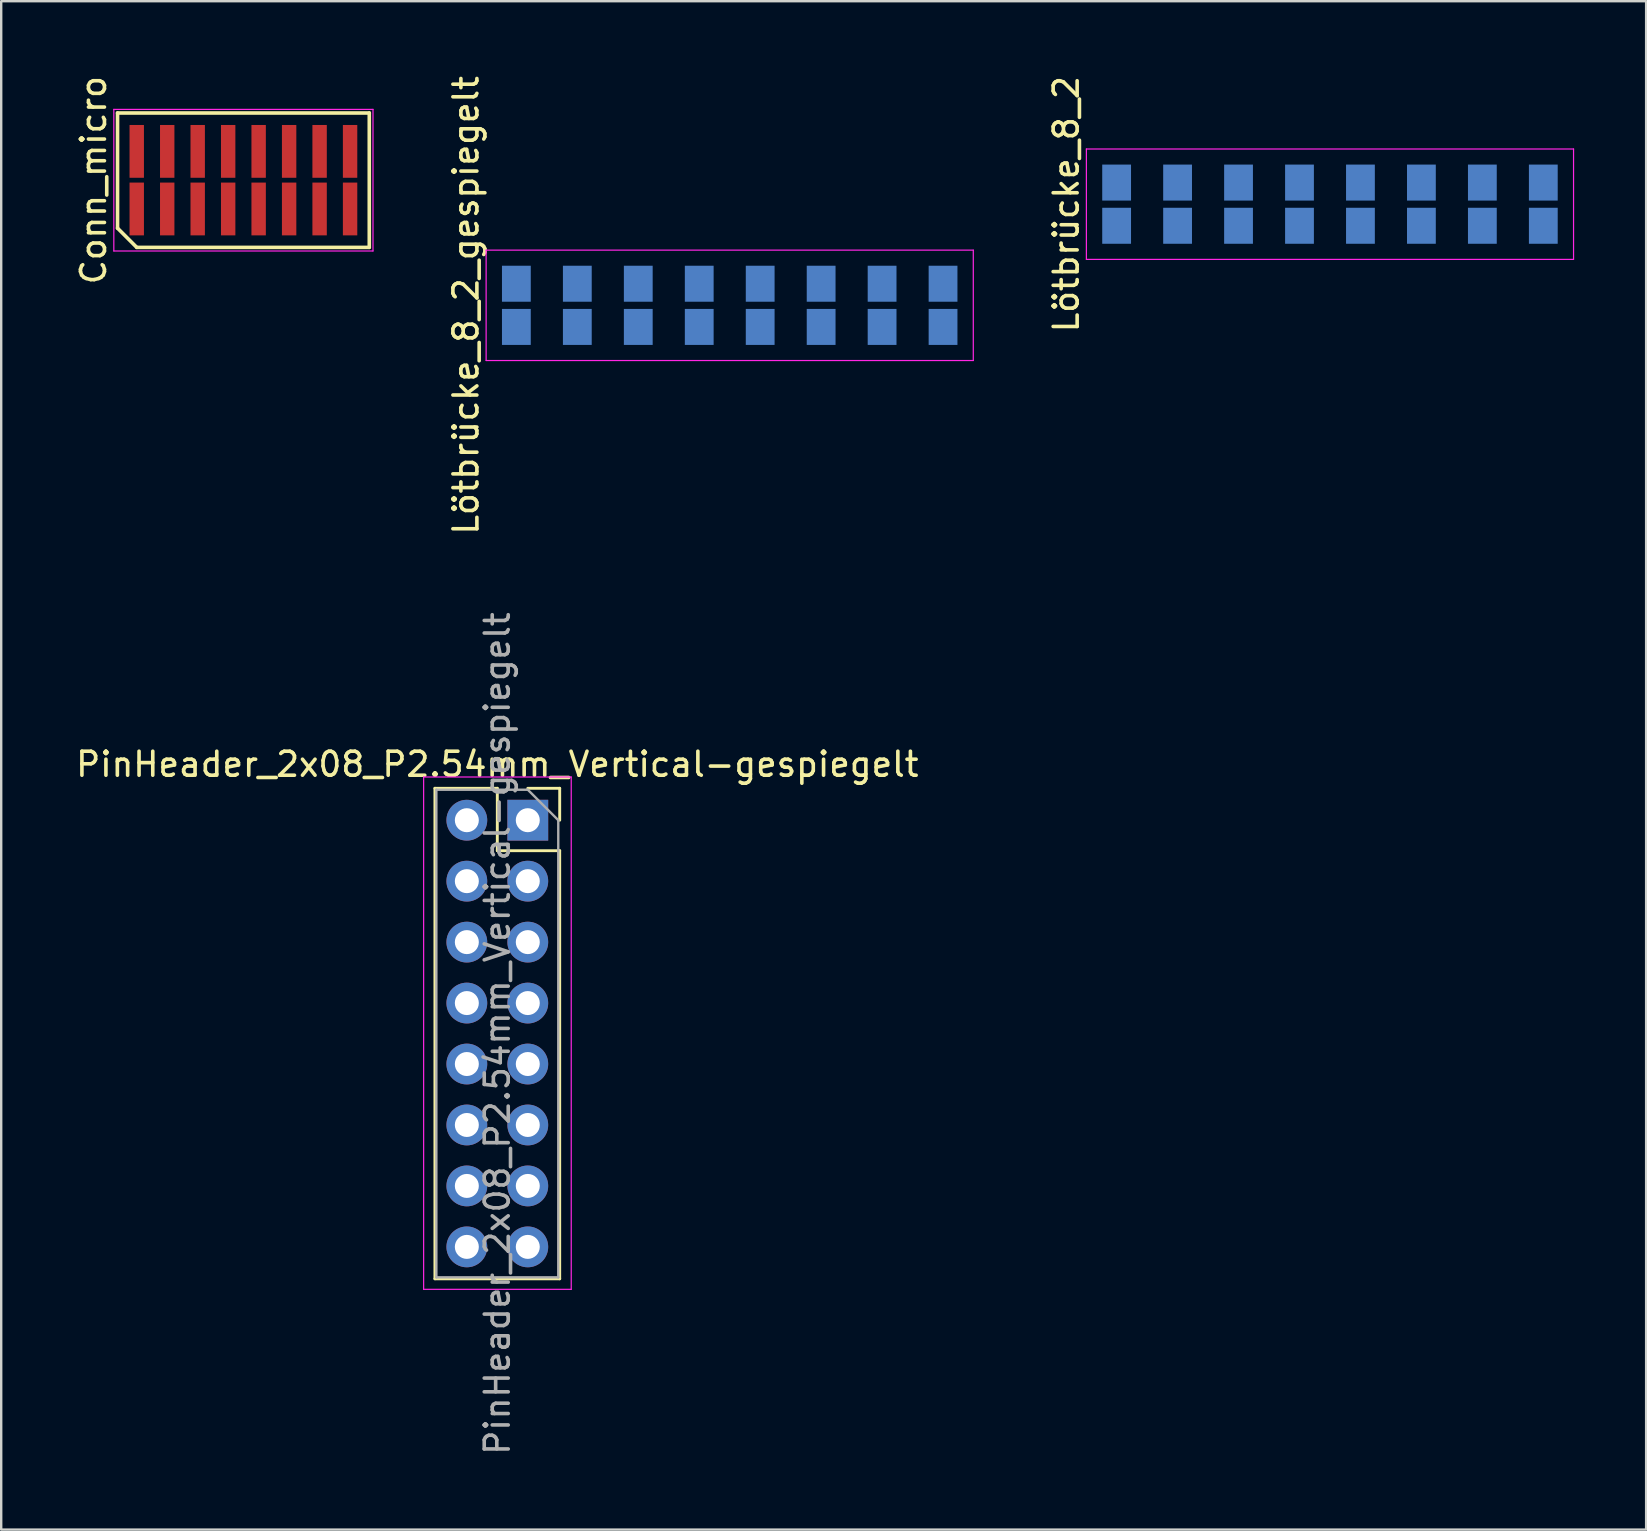
<source format=kicad_pcb>
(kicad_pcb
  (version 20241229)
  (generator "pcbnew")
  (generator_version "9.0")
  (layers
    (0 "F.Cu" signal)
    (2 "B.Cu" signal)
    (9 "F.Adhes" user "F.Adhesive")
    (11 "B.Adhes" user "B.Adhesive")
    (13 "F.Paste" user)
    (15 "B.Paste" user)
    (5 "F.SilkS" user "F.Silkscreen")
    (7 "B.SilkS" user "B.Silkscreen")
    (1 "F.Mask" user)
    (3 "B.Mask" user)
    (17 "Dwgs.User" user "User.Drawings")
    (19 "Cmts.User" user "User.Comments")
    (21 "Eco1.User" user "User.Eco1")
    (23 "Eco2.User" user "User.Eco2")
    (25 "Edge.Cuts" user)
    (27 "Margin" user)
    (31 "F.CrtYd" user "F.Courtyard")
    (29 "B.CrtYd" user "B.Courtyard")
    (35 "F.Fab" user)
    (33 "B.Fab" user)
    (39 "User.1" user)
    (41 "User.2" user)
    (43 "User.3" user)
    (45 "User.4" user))
  (footprint "Lötbrücke_8_2"
    (layer "F.Cu")
    (at 52.37 5.458)
    (property "Reference" "Lötbrücke_8_2" (at -10.99 0 90) (layer "F.SilkS") (effects (font (size 1 1) (thickness 0.15))))
    (attr smd)
    (fp_line (start -10.15 -2.3) (end 10.15 -2.3) (stroke (width 0.05) (type solid)) (layer "F.CrtYd"))
    (fp_line (start -10.15 2.3) (end -10.15 -2.3) (stroke (width 0.05) (type solid)) (layer "F.CrtYd"))
    (fp_line (start 10.15 -2.3) (end 10.15 2.3) (stroke (width 0.05) (type solid)) (layer "F.CrtYd"))
    (fp_line (start 10.15 2.3) (end -10.15 2.3) (stroke (width 0.05) (type solid)) (layer "F.CrtYd"))
    (pad "1a" smd rect (at -8.89 0.9) (size 1.2 1.5) (layers "B.Cu" "B.Mask" "B.Paste"))
    (pad "1b" smd rect (at -8.89 -0.9) (size 1.2 1.5) (layers "B.Cu" "B.Mask" "B.Paste"))
    (pad "2a" smd rect (at -6.35 0.9) (size 1.2 1.5) (layers "B.Cu" "B.Mask" "B.Paste"))
    (pad "2b" smd rect (at -6.35 -0.9) (size 1.2 1.5) (layers "B.Cu" "B.Mask" "B.Paste"))
    (pad "3a" smd rect (at -3.81 0.9) (size 1.2 1.5) (layers "B.Cu" "B.Mask" "B.Paste"))
    (pad "3b" smd rect (at -3.81 -0.9) (size 1.2 1.5) (layers "B.Cu" "B.Mask" "B.Paste"))
    (pad "4a" smd rect (at -1.27 0.9) (size 1.2 1.5) (layers "B.Cu" "B.Mask" "B.Paste"))
    (pad "4b" smd rect (at -1.27 -0.9) (size 1.2 1.5) (layers "B.Cu" "B.Mask" "B.Paste"))
    (pad "5a" smd rect (at 1.27 0.9) (size 1.2 1.5) (layers "B.Cu" "B.Mask" "B.Paste"))
    (pad "5b" smd rect (at 1.27 -0.9) (size 1.2 1.5) (layers "B.Cu" "B.Mask" "B.Paste"))
    (pad "6a" smd rect (at 3.81 0.9) (size 1.2 1.5) (layers "B.Cu" "B.Mask" "B.Paste"))
    (pad "6b" smd rect (at 3.81 -0.9) (size 1.2 1.5) (layers "B.Cu" "B.Mask" "B.Paste"))
    (pad "7a" smd rect (at 6.35 0.9) (size 1.2 1.5) (layers "B.Cu" "B.Mask" "B.Paste"))
    (pad "7b" smd rect (at 6.35 -0.9) (size 1.2 1.5) (layers "B.Cu" "B.Mask" "B.Paste"))
    (pad "8a" smd rect (at 8.89 0.9) (size 1.2 1.5) (layers "B.Cu" "B.Mask" "B.Paste"))
    (pad "8b" smd rect (at 8.89 -0.9) (size 1.2 1.5) (layers "B.Cu" "B.Mask" "B.Paste")))
  (footprint "Lötbrücke_8_2_gespiegelt"
    (layer "F.Cu")
    (at 25.268 10.256)
    (property "Reference" "Lötbrücke_8_2_gespiegelt" (at -8.901 -0.583 90) (layer "F.SilkS") (effects (font (size 1 1) (thickness 0.15))))
    (attr smd)
    (fp_line (start -8.061 -2.883) (end 12.239 -2.883) (stroke (width 0.05) (type solid)) (layer "F.CrtYd"))
    (fp_line (start -8.061 1.717) (end -8.061 -2.883) (stroke (width 0.05) (type solid)) (layer "F.CrtYd"))
    (fp_line (start 12.239 -2.883) (end 12.239 1.717) (stroke (width 0.05) (type solid)) (layer "F.CrtYd"))
    (fp_line (start 12.239 1.717) (end -8.061 1.717) (stroke (width 0.05) (type solid)) (layer "F.CrtYd"))
    (pad "1a" smd rect (at -6.801 -1.483 180) (size 1.2 1.5) (layers "B.Cu" "B.Mask" "B.Paste"))
    (pad "1b" smd rect (at -6.801 0.317 180) (size 1.2 1.5) (layers "B.Cu" "B.Mask" "B.Paste"))
    (pad "2a" smd rect (at -4.261 -1.483 180) (size 1.2 1.5) (layers "B.Cu" "B.Mask" "B.Paste"))
    (pad "2b" smd rect (at -4.261 0.317 180) (size 1.2 1.5) (layers "B.Cu" "B.Mask" "B.Paste"))
    (pad "3a" smd rect (at -1.721 -1.483 180) (size 1.2 1.5) (layers "B.Cu" "B.Mask" "B.Paste"))
    (pad "3b" smd rect (at -1.721 0.317 180) (size 1.2 1.5) (layers "B.Cu" "B.Mask" "B.Paste"))
    (pad "4a" smd rect (at 0.819 -1.483 180) (size 1.2 1.5) (layers "B.Cu" "B.Mask" "B.Paste"))
    (pad "4b" smd rect (at 0.819 0.317 180) (size 1.2 1.5) (layers "B.Cu" "B.Mask" "B.Paste"))
    (pad "5a" smd rect (at 3.359 -1.483 180) (size 1.2 1.5) (layers "B.Cu" "B.Mask" "B.Paste"))
    (pad "5b" smd rect (at 3.359 0.317 180) (size 1.2 1.5) (layers "B.Cu" "B.Mask" "B.Paste"))
    (pad "6a" smd rect (at 5.899 -1.483 180) (size 1.2 1.5) (layers "B.Cu" "B.Mask" "B.Paste"))
    (pad "6b" smd rect (at 5.899 0.317 180) (size 1.2 1.5) (layers "B.Cu" "B.Mask" "B.Paste"))
    (pad "7a" smd rect (at 8.439 -1.483 180) (size 1.2 1.5) (layers "B.Cu" "B.Mask" "B.Paste"))
    (pad "7b" smd rect (at 8.439 0.317 180) (size 1.2 1.5) (layers "B.Cu" "B.Mask" "B.Paste"))
    (pad "8a" smd rect (at 10.979 -1.483 180) (size 1.2 1.5) (layers "B.Cu" "B.Mask" "B.Paste"))
    (pad "8b" smd rect (at 10.979 0.317 180) (size 1.2 1.5) (layers "B.Cu" "B.Mask" "B.Paste")))
  (footprint "Conn_micro"
    (layer "F.Cu")
    (at 7.093 4.458)
    (property "Reference" "Conn_micro" (at -6.245 0 90) (layer "F.SilkS") (effects (font (size 1 1) (thickness 0.15))))
    (attr smd)
    (fp_line (start -5.245 -2.8) (end 5.245 -2.8) (stroke (width 0.15) (type solid)) (layer "F.SilkS"))
    (fp_line (start -5.245 2) (end -5.245 -2.8) (stroke (width 0.15) (type solid)) (layer "F.SilkS"))
    (fp_line (start -4.445 2.8) (end -5.245 2) (stroke (width 0.15) (type solid)) (layer "F.SilkS"))
    (fp_line (start 5.245 -2.8) (end 5.245 2.8) (stroke (width 0.15) (type solid)) (layer "F.SilkS"))
    (fp_line (start 5.245 2.8) (end -4.445 2.8) (stroke (width 0.15) (type solid)) (layer "F.SilkS"))
    (fp_line (start -5.4 -2.95) (end 5.4 -2.95) (stroke (width 0.05) (type solid)) (layer "F.CrtYd"))
    (fp_line (start -5.4 2.95) (end -5.4 -2.95) (stroke (width 0.05) (type solid)) (layer "F.CrtYd"))
    (fp_line (start 5.4 -2.95) (end 5.4 2.95) (stroke (width 0.05) (type solid)) (layer "F.CrtYd"))
    (fp_line (start 5.4 2.95) (end -5.4 2.95) (stroke (width 0.05) (type solid)) (layer "F.CrtYd"))
    (pad "1a" smd rect (at -4.445 1.2) (size 0.6 2.2) (layers "F.Cu" "F.Mask" "F.Paste"))
    (pad "1b" smd rect (at -4.445 -1.2) (size 0.6 2.2) (layers "F.Cu" "F.Mask" "F.Paste"))
    (pad "2a" smd rect (at -3.175 1.2) (size 0.6 2.2) (layers "F.Cu" "F.Mask" "F.Paste"))
    (pad "2b" smd rect (at -3.175 -1.2) (size 0.6 2.2) (layers "F.Cu" "F.Mask" "F.Paste"))
    (pad "3a" smd rect (at -1.905 1.2) (size 0.6 2.2) (layers "F.Cu" "F.Mask" "F.Paste"))
    (pad "3b" smd rect (at -1.905 -1.2) (size 0.6 2.2) (layers "F.Cu" "F.Mask" "F.Paste"))
    (pad "4a" smd rect (at -0.635 1.2) (size 0.6 2.2) (layers "F.Cu" "F.Mask" "F.Paste"))
    (pad "4b" smd rect (at -0.635 -1.2) (size 0.6 2.2) (layers "F.Cu" "F.Mask" "F.Paste"))
    (pad "5a" smd rect (at 0.635 1.2) (size 0.6 2.2) (layers "F.Cu" "F.Mask" "F.Paste"))
    (pad "5b" smd rect (at 0.635 -1.2) (size 0.6 2.2) (layers "F.Cu" "F.Mask" "F.Paste"))
    (pad "6a" smd rect (at 1.905 1.2) (size 0.6 2.2) (layers "F.Cu" "F.Mask" "F.Paste"))
    (pad "6b" smd rect (at 1.905 -1.2) (size 0.6 2.2) (layers "F.Cu" "F.Mask" "F.Paste"))
    (pad "7a" smd rect (at 3.175 1.2) (size 0.6 2.2) (layers "F.Cu" "F.Mask" "F.Paste"))
    (pad "7b" smd rect (at 3.175 -1.2) (size 0.6 2.2) (layers "F.Cu" "F.Mask" "F.Paste"))
    (pad "8a" smd rect (at 4.445 1.2) (size 0.6 2.2) (layers "F.Cu" "F.Mask" "F.Paste"))
    (pad "8b" smd rect (at 4.445 -1.2) (size 0.6 2.2) (layers "F.Cu" "F.Mask" "F.Paste")))
  (footprint "PinHeader_2x08_P2.54mm_Vertical-gespiegelt"
    (layer "F.Cu")
    (at 16.403 31.128)
    (property "Reference" "PinHeader_2x08_P2.54mm_Vertical-gespiegelt" (at 1.27 -2.33 0) (layer "F.SilkS") (effects (font (size 1 1) (thickness 0.15))))
    (attr through_hole)
    (fp_line (start -1.33 -1.33) (end -1.33 19.11) (stroke (width 0.12) (type solid)) (layer "F.SilkS"))
    (fp_line (start 1.27 -1.33) (end -1.33 -1.33) (stroke (width 0.12) (type solid)) (layer "F.SilkS"))
    (fp_line (start 1.27 1.27) (end 1.27 -1.33) (stroke (width 0.12) (type solid)) (layer "F.SilkS"))
    (fp_line (start 3.87 -1.33) (end 2.54 -1.33) (stroke (width 0.12) (type solid)) (layer "F.SilkS"))
    (fp_line (start 3.87 0) (end 3.87 -1.33) (stroke (width 0.12) (type solid)) (layer "F.SilkS"))
    (fp_line (start 3.87 1.27) (end 1.27 1.27) (stroke (width 0.12) (type solid)) (layer "F.SilkS"))
    (fp_line (start 3.87 1.27) (end 3.87 19.11) (stroke (width 0.12) (type solid)) (layer "F.SilkS"))
    (fp_line (start 3.87 19.11) (end -1.33 19.11) (stroke (width 0.12) (type solid)) (layer "F.SilkS"))
    (fp_line (start -1.8 -1.8) (end -1.8 19.55) (stroke (width 0.05) (type solid)) (layer "F.CrtYd"))
    (fp_line (start -1.8 19.55) (end 4.35 19.55) (stroke (width 0.05) (type solid)) (layer "F.CrtYd"))
    (fp_line (start 4.35 -1.8) (end -1.8 -1.8) (stroke (width 0.05) (type solid)) (layer "F.CrtYd"))
    (fp_line (start 4.35 19.55) (end 4.35 -1.8) (stroke (width 0.05) (type solid)) (layer "F.CrtYd"))
    (fp_line (start -1.27 -1.27) (end -1.27 19.05) (stroke (width 0.1) (type solid)) (layer "F.Fab"))
    (fp_line (start -1.27 19.05) (end 3.81 19.05) (stroke (width 0.1) (type solid)) (layer "F.Fab"))
    (fp_line (start 2.54 -1.27) (end -1.27 -1.27) (stroke (width 0.1) (type solid)) (layer "F.Fab"))
    (fp_line (start 3.81 0) (end 2.54 -1.27) (stroke (width 0.1) (type solid)) (layer "F.Fab"))
    (fp_line (start 3.81 19.05) (end 3.81 0) (stroke (width 0.1) (type solid)) (layer "F.Fab"))
    (fp_text user "${REFERENCE}" (at 1.27 8.89 90) (layer "F.Fab") (effects (font (size 1 1) (thickness 0.15))))
    (pad "1" thru_hole rect (at 2.54 0) (size 1.7 1.7) (drill 1) (layers "*.Cu" "*.Mask"))
    (pad "2" thru_hole oval (at 0 0) (size 1.7 1.7) (drill 1) (layers "*.Cu" "*.Mask"))
    (pad "3" thru_hole oval (at 2.54 2.54) (size 1.7 1.7) (drill 1) (layers "*.Cu" "*.Mask"))
    (pad "4" thru_hole oval (at 0 2.54) (size 1.7 1.7) (drill 1) (layers "*.Cu" "*.Mask"))
    (pad "5" thru_hole oval (at 2.54 5.08) (size 1.7 1.7) (drill 1) (layers "*.Cu" "*.Mask"))
    (pad "6" thru_hole oval (at 0 5.08) (size 1.7 1.7) (drill 1) (layers "*.Cu" "*.Mask"))
    (pad "7" thru_hole oval (at 2.54 7.62) (size 1.7 1.7) (drill 1) (layers "*.Cu" "*.Mask"))
    (pad "8" thru_hole oval (at 0 7.62) (size 1.7 1.7) (drill 1) (layers "*.Cu" "*.Mask"))
    (pad "9" thru_hole oval (at 2.54 10.16) (size 1.7 1.7) (drill 1) (layers "*.Cu" "*.Mask"))
    (pad "10" thru_hole oval (at 0 10.16) (size 1.7 1.7) (drill 1) (layers "*.Cu" "*.Mask"))
    (pad "11" thru_hole oval (at 2.54 12.7) (size 1.7 1.7) (drill 1) (layers "*.Cu" "*.Mask"))
    (pad "12" thru_hole oval (at 0 12.7) (size 1.7 1.7) (drill 1) (layers "*.Cu" "*.Mask"))
    (pad "13" thru_hole oval (at 2.54 15.24) (size 1.7 1.7) (drill 1) (layers "*.Cu" "*.Mask"))
    (pad "14" thru_hole oval (at 0 15.24) (size 1.7 1.7) (drill 1) (layers "*.Cu" "*.Mask"))
    (pad "15" thru_hole oval (at 2.54 17.78) (size 1.7 1.7) (drill 1) (layers "*.Cu" "*.Mask"))
    (pad "16" thru_hole oval (at 0 17.78) (size 1.7 1.7) (drill 1) (layers "*.Cu" "*.Mask")))
  (gr_rect
    (start -3 -3)
    (end 65.545 60.69)
    (stroke (width 0.1) (type default))
    (fill no)
    (layer "Edge.Cuts")))
</source>
